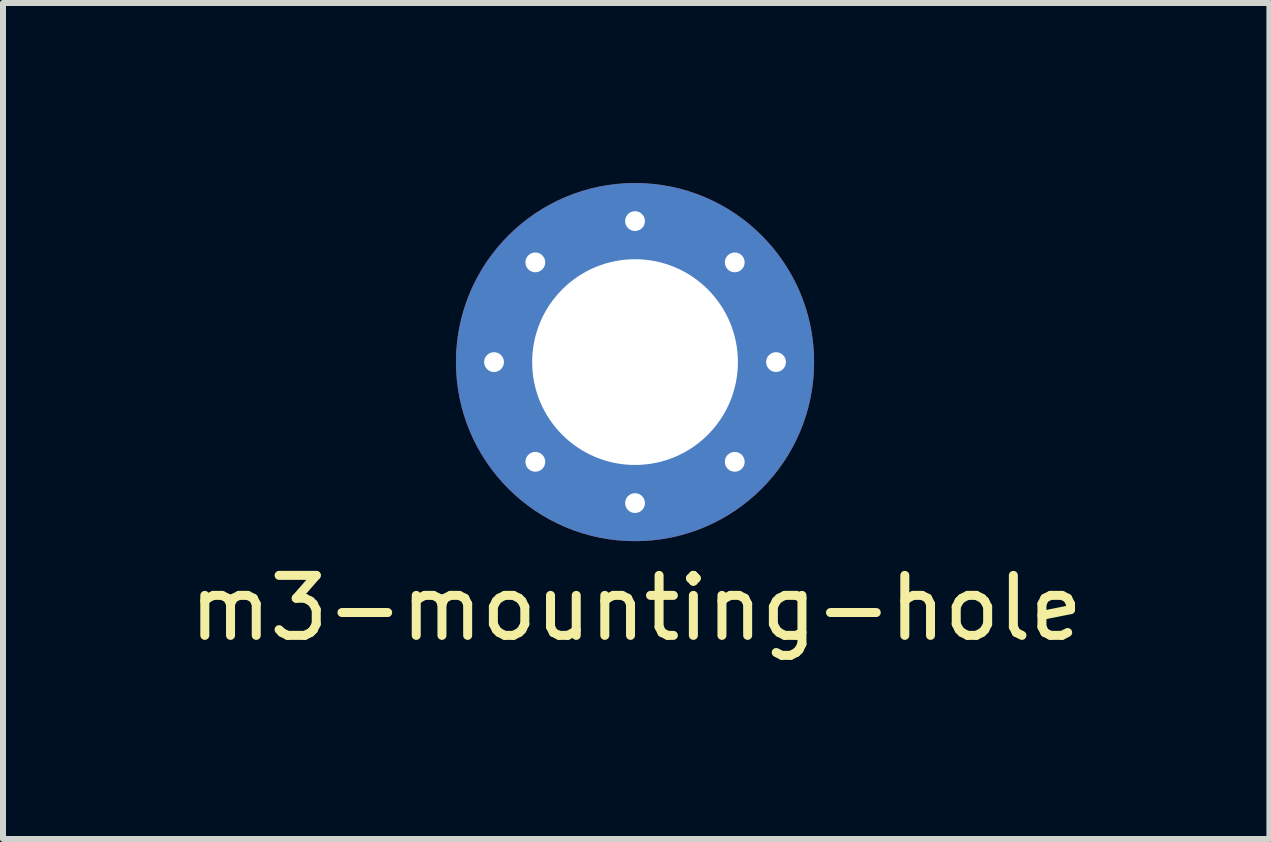
<source format=kicad_pcb>
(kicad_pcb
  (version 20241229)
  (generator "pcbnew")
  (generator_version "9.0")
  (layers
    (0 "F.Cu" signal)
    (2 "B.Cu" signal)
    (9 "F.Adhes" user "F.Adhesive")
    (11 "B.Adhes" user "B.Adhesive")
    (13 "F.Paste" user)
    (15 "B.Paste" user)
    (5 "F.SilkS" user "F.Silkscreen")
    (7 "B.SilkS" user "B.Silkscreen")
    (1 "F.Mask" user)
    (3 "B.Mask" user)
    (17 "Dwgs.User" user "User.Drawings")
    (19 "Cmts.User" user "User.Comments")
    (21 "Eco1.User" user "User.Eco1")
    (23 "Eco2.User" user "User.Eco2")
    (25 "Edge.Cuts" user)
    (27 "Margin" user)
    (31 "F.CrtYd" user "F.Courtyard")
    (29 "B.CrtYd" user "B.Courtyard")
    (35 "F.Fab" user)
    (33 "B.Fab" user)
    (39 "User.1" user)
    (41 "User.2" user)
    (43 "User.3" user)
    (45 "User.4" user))
  (footprint "m3-mounting-hole"
    (layer "F.Cu")
    (at 7.534 2.985)
    (property "Reference" "m3-mounting-hole" (at 0.02 4.1 0) (layer "F.SilkS") (effects (font (size 1 1) (thickness 0.15))))
    (attr through_hole)
    (pad "1" thru_hole circle (at -2.35 0) (size 0.635 0.635) (drill 0.33) (layers "*.Cu" "*.Mask"))
    (pad "1" thru_hole circle (at -1.662 -1.662) (size 0.635 0.635) (drill 0.33) (layers "*.Cu" "*.Mask"))
    (pad "1" thru_hole circle (at -1.662 1.662) (size 0.635 0.635) (drill 0.33) (layers "*.Cu" "*.Mask"))
    (pad "1" thru_hole circle (at 0 -2.35) (size 0.635 0.635) (drill 0.33) (layers "*.Cu" "*.Mask"))
    (pad "1" thru_hole circle (at 0 0) (size 5.969 5.969) (drill 3.429) (layers "*.Cu" "*.Mask"))
    (pad "1" thru_hole circle (at 0 2.35) (size 0.635 0.635) (drill 0.33) (layers "*.Cu" "*.Mask"))
    (pad "1" thru_hole circle (at 1.662 -1.662) (size 0.635 0.635) (drill 0.33) (layers "*.Cu" "*.Mask"))
    (pad "1" thru_hole circle (at 1.662 1.662) (size 0.635 0.635) (drill 0.33) (layers "*.Cu" "*.Mask"))
    (pad "1" thru_hole circle (at 2.35 0) (size 0.635 0.635) (drill 0.33) (layers "*.Cu" "*.Mask")))
  (gr_rect
    (start -3 -3)
    (end 18.107 10.933)
    (stroke (width 0.1) (type default))
    (fill no)
    (layer "Edge.Cuts")))
</source>
